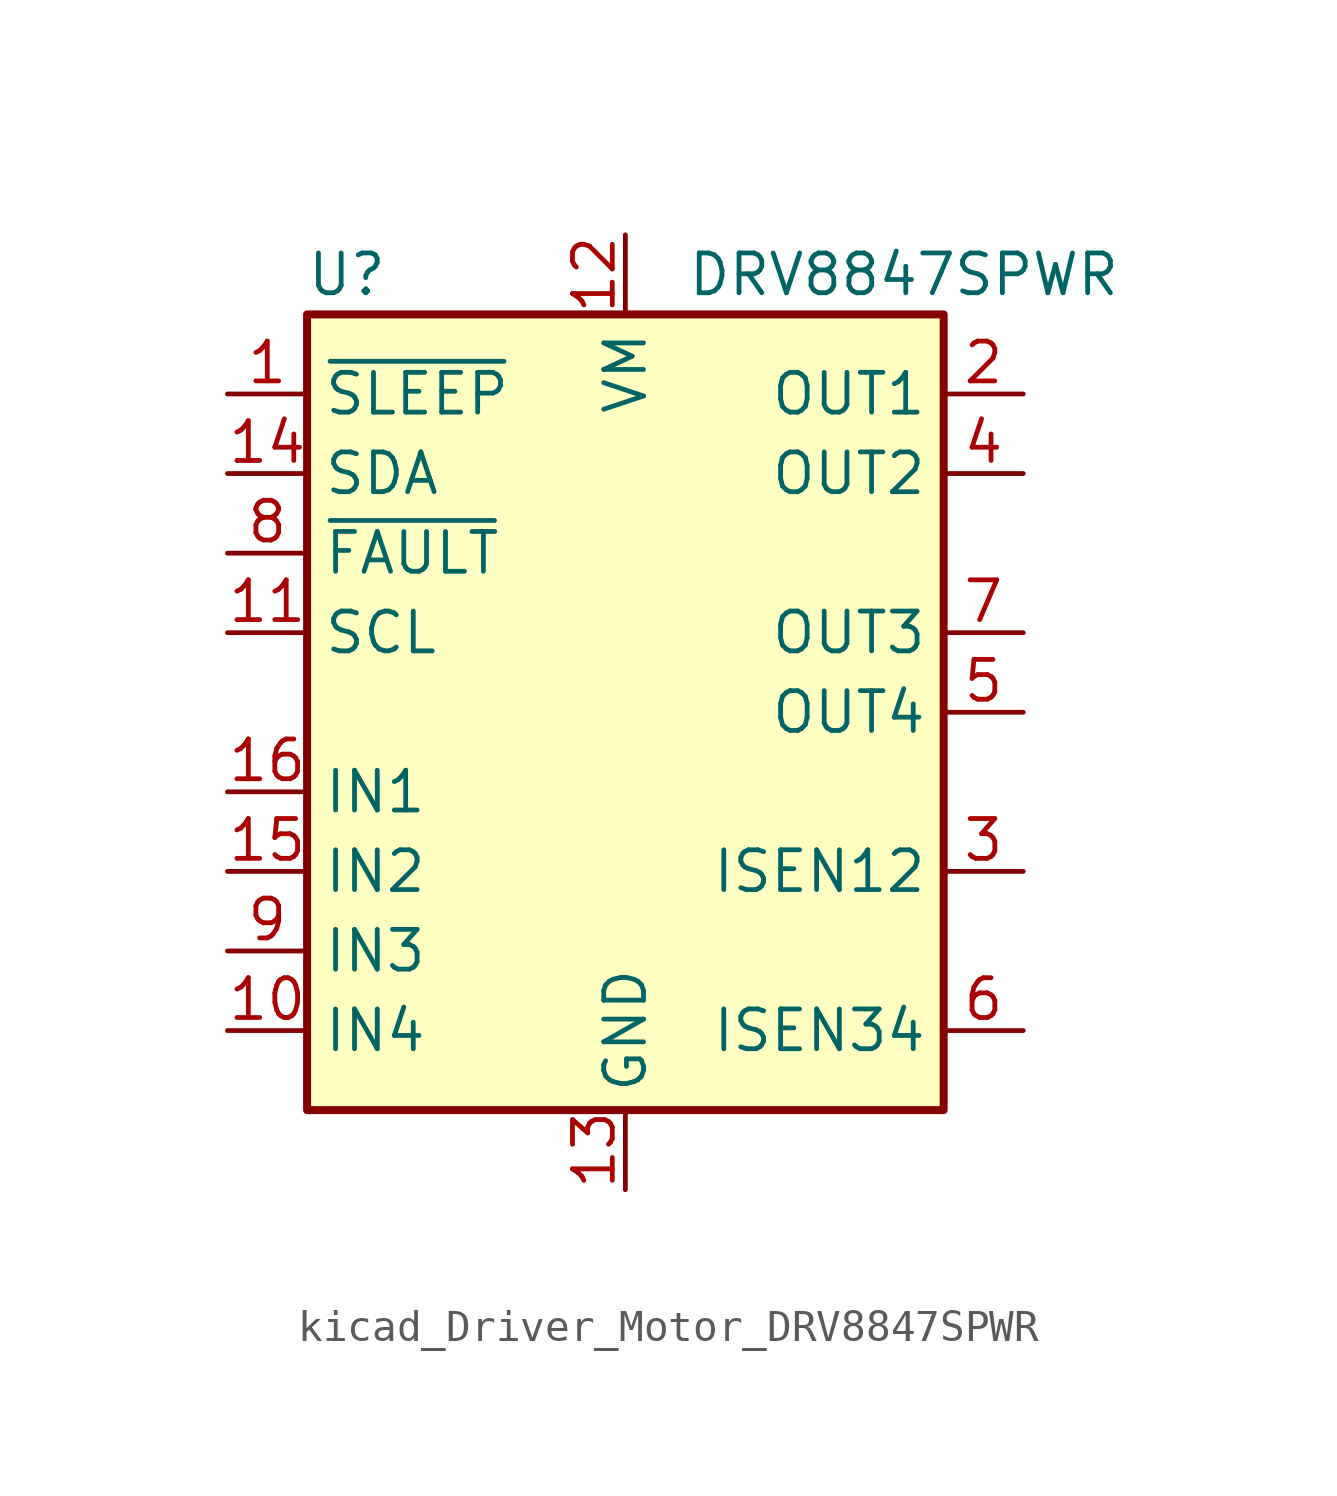
<source format=kicad_sym>
(kicad_symbol_lib
  (version 20220914)
  (generator kicad_symbol_editor)
  (symbol "kicad_Driver_Motor_DRV8847SPWR"
    (property "Reference" "U"
      (at -8.89 13.97 0)
      (effects (font (size 1.27 1.27))))
    (property "Value" "DRV8847SPWR"
      (at 8.89 13.97 0)
      (effects (font (size 1.27 1.27))))
    (symbol "kicad_Driver_Motor_DRV8847SPWR_0_1"
      (rectangle (start -10.16 -12.7) (end 10.16 12.7) (stroke (width 0.254) (type default)) (fill (type background))))
    (symbol "kicad_Driver_Motor_DRV8847SPWR_1_1"
      (pin input line (at -12.7 10.16 0) (length 2.54) (name "~{SLEEP}" (effects (font (size 1.27 1.27)))) (number "1" (effects (font (size 1.27 1.27)))))
      (pin input line (at -12.7 -10.16 0) (length 2.54) (name "IN4" (effects (font (size 1.27 1.27)))) (number "10" (effects (font (size 1.27 1.27)))))
      (pin input line (at -12.7 2.54 0) (length 2.54) (name "SCL" (effects (font (size 1.27 1.27)))) (number "11" (effects (font (size 1.27 1.27)))))
      (pin power_in line (at 0 15.24 270) (length 2.54) (name "VM" (effects (font (size 1.27 1.27)))) (number "12" (effects (font (size 1.27 1.27)))))
      (pin power_in line (at 0 -15.24 90) (length 2.54) (name "GND" (effects (font (size 1.27 1.27)))) (number "13" (effects (font (size 1.27 1.27)))))
      (pin bidirectional line (at -12.7 7.62 0) (length 2.54) (name "SDA" (effects (font (size 1.27 1.27)))) (number "14" (effects (font (size 1.27 1.27)))))
      (pin input line (at -12.7 -5.08 0) (length 2.54) (name "IN2" (effects (font (size 1.27 1.27)))) (number "15" (effects (font (size 1.27 1.27)))))
      (pin input line (at -12.7 -2.54 0) (length 2.54) (name "IN1" (effects (font (size 1.27 1.27)))) (number "16" (effects (font (size 1.27 1.27)))))
      (pin output line (at 12.7 10.16 180) (length 2.54) (name "OUT1" (effects (font (size 1.27 1.27)))) (number "2" (effects (font (size 1.27 1.27)))))
      (pin passive line (at 12.7 -5.08 180) (length 2.54) (name "ISEN12" (effects (font (size 1.27 1.27)))) (number "3" (effects (font (size 1.27 1.27)))))
      (pin output line (at 12.7 7.62 180) (length 2.54) (name "OUT2" (effects (font (size 1.27 1.27)))) (number "4" (effects (font (size 1.27 1.27)))))
      (pin output line (at 12.7 0 180) (length 2.54) (name "OUT4" (effects (font (size 1.27 1.27)))) (number "5" (effects (font (size 1.27 1.27)))))
      (pin passive line (at 12.7 -10.16 180) (length 2.54) (name "ISEN34" (effects (font (size 1.27 1.27)))) (number "6" (effects (font (size 1.27 1.27)))))
      (pin output line (at 12.7 2.54 180) (length 2.54) (name "OUT3" (effects (font (size 1.27 1.27)))) (number "7" (effects (font (size 1.27 1.27)))))
      (pin open_collector line (at -12.7 5.08 0) (length 2.54) (name "~{FAULT}" (effects (font (size 1.27 1.27)))) (number "8" (effects (font (size 1.27 1.27)))))
      (pin input line (at -12.7 -7.62 0) (length 2.54) (name "IN3" (effects (font (size 1.27 1.27)))) (number "9" (effects (font (size 1.27 1.27))))))))
</source>
